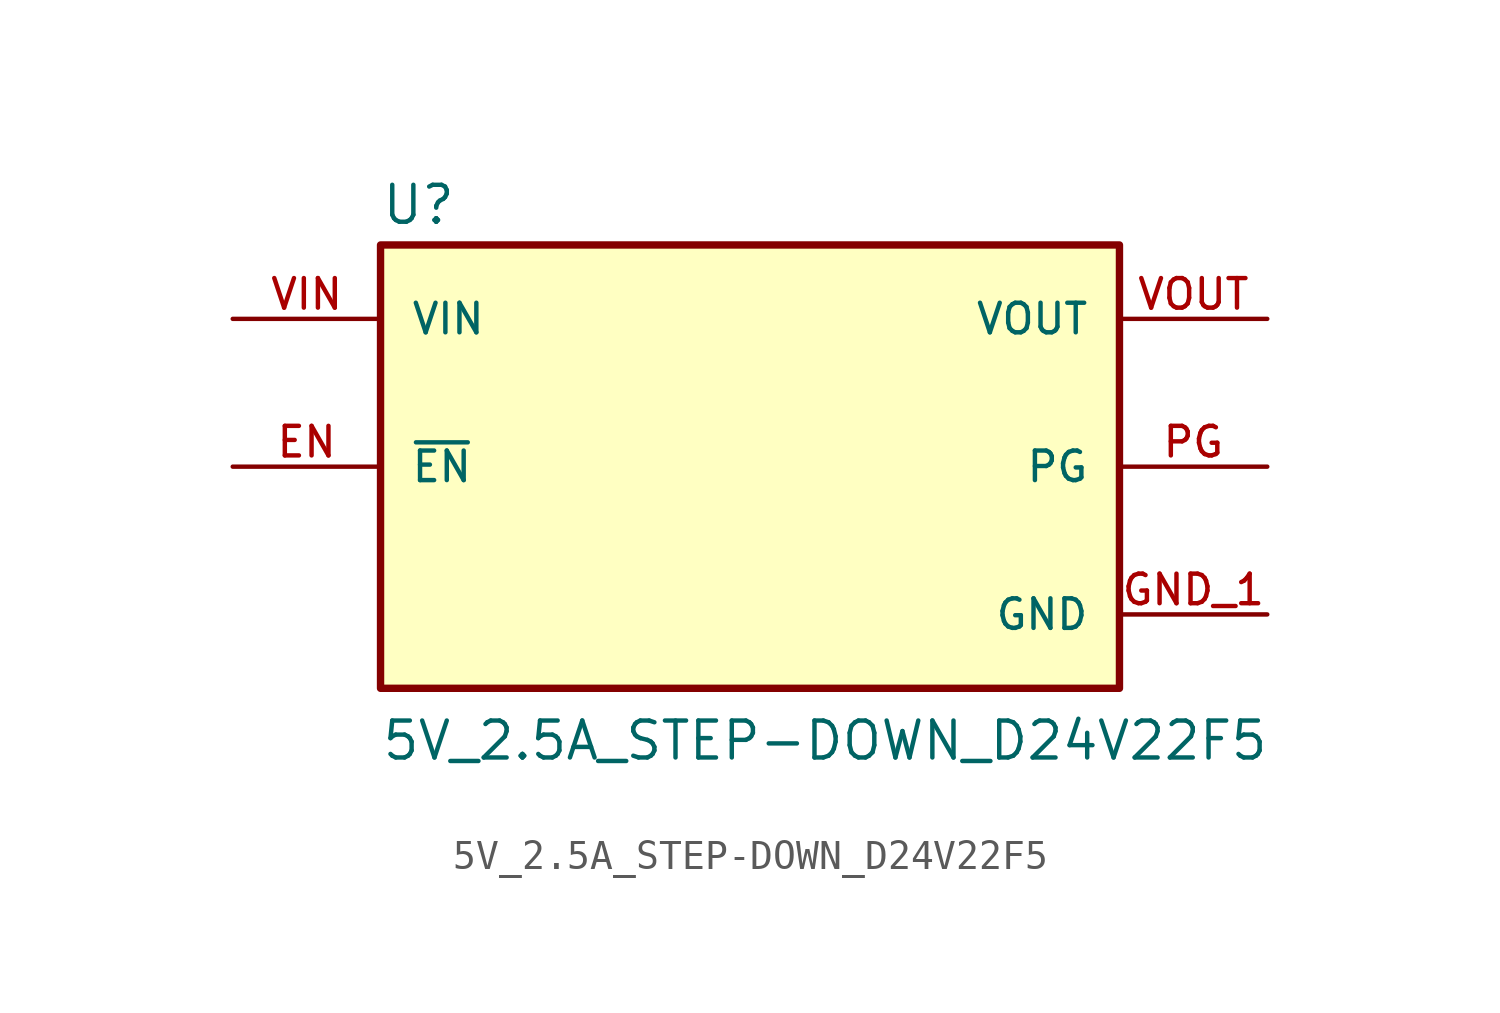
<source format=kicad_sym>
(kicad_symbol_lib
  (version 20211014)
  (generator kicad_symbol_editor)
  (symbol "5V_2.5A_STEP-DOWN_D24V22F5"
    (pin_names
      (offset 1.016))
    (property "Reference" "U"
      (at -12.7 8.255 0)
      (effects (font (size 1.27 1.27)) (justify bottom left)))
    (property "Value" "5V_2.5A_STEP-DOWN_D24V22F5"
      (at -12.7 -10.16 0)
      (effects (font (size 1.27 1.27)) (justify bottom left)))
    (symbol "5V_2.5A_STEP-DOWN_D24V22F5_0_0"
      (rectangle (start -12.7 -7.62) (end 12.7 7.62) (stroke (width 0.254)) (fill (type background)))
      (pin output line (at 17.78 0.0 180.0) (length 5.08) (name "PG" (effects (font (size 1.016 1.016)))) (number "PG" (effects (font (size 1.016 1.016)))))
      (pin input line (at -17.78 0.0 0) (length 5.08) (name "~{EN}" (effects (font (size 1.016 1.016)))) (number "EN" (effects (font (size 1.016 1.016)))))
      (pin input line (at -17.78 5.08 0) (length 5.08) (name "VIN" (effects (font (size 1.016 1.016)))) (number "VIN" (effects (font (size 1.016 1.016)))))
      (pin output line (at 17.78 5.08 180.0) (length 5.08) (name "VOUT" (effects (font (size 1.016 1.016)))) (number "VOUT" (effects (font (size 1.016 1.016)))))
      (pin power_in line (at 17.78 -5.08 180.0) (length 5.08) (name "GND" (effects (font (size 1.016 1.016)))) (number "GND_1" (effects (font (size 1.016 1.016)))))
      (pin power_in line (at 17.78 -5.08 180.0) (length 5.08) hide (name "GND" (effects (font (size 1.016 1.016)))) (number "GND_2" (effects (font (size 1.016 1.016))))))))
</source>
